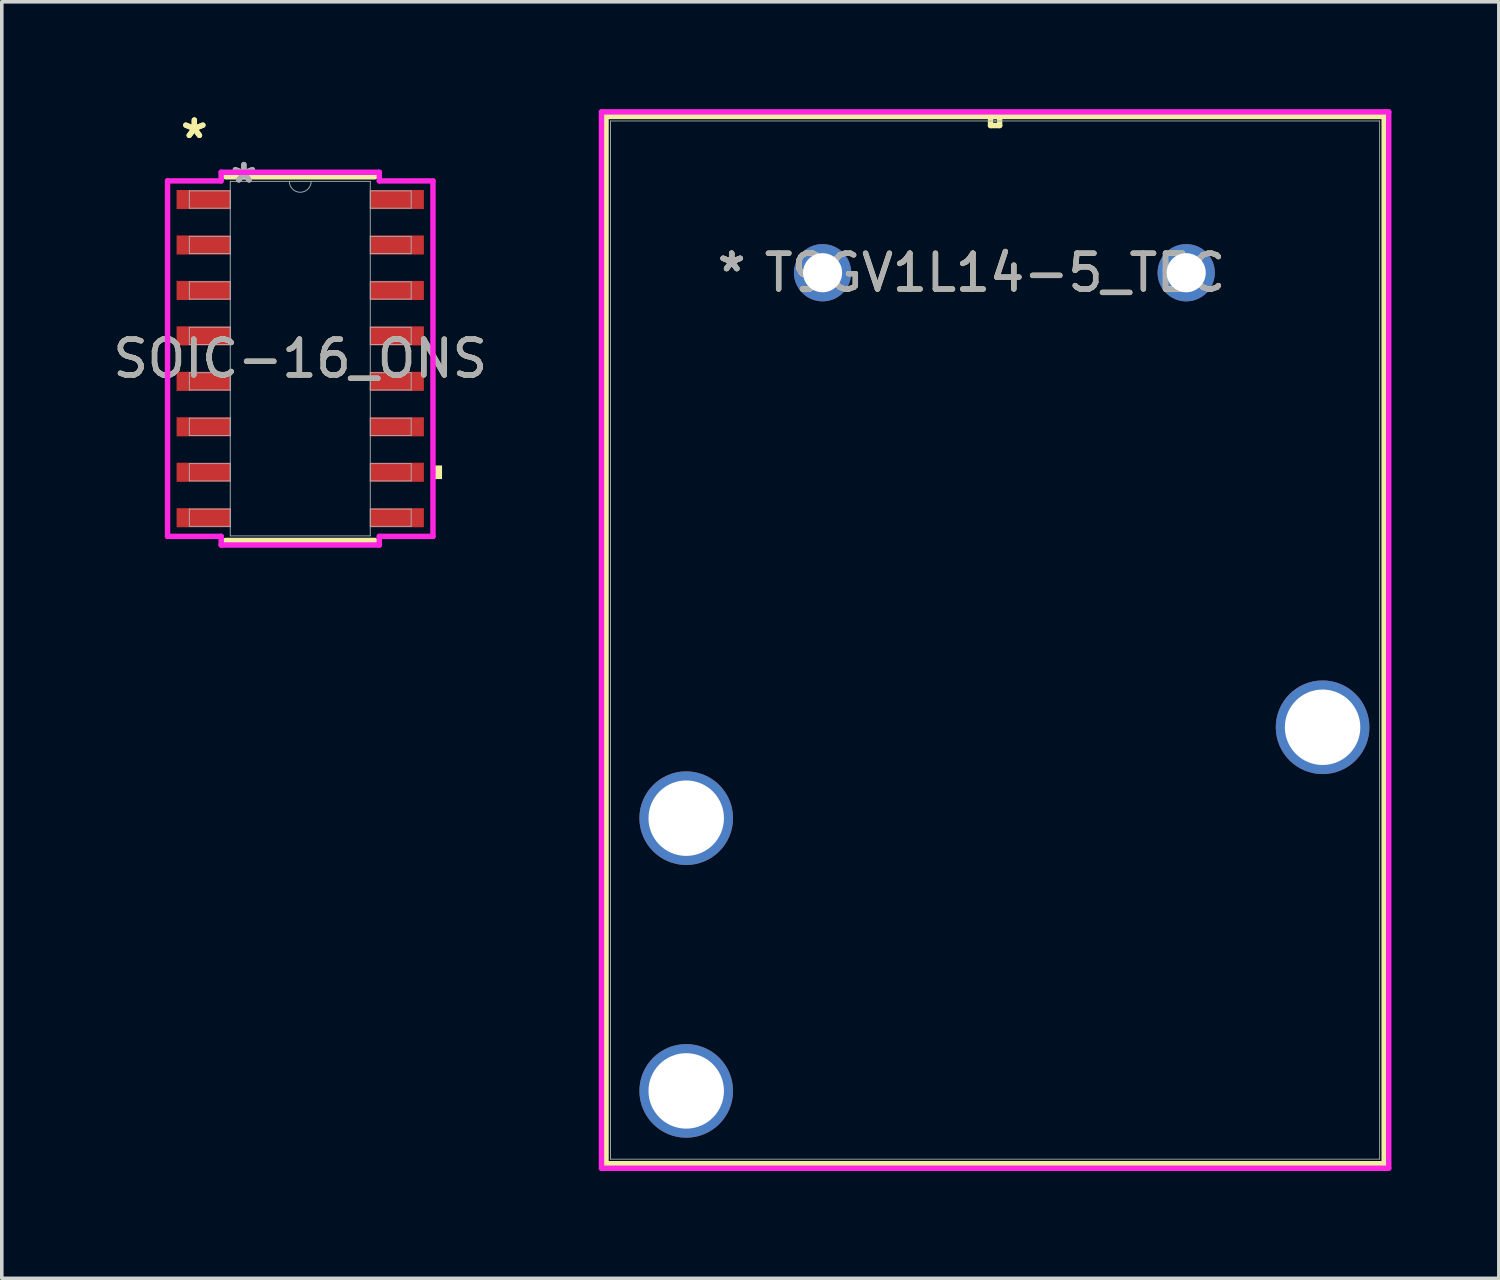
<source format=kicad_pcb>
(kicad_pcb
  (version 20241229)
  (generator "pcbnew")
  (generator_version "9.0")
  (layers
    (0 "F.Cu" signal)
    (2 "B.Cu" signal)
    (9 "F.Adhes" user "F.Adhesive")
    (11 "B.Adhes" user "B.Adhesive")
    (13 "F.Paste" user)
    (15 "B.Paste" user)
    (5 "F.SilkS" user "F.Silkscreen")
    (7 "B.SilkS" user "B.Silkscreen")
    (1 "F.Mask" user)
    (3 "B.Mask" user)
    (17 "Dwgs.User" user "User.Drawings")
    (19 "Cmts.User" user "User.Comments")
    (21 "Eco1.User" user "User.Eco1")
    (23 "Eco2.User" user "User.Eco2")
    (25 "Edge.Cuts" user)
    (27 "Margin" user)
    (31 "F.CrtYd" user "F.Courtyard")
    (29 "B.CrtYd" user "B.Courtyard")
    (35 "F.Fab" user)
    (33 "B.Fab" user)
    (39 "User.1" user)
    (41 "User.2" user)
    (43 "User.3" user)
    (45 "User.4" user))
  (footprint "T9GV1L14-5_TEC"
    (layer "F.Cu")
    (at 19.933 4.57)
    (property "Reference" "T9GV1L14-5_TEC" (at 4.82 0 0) (unlocked yes) (layer "F.SilkS") (effects (font (size 1 1) (thickness 0.15))))
    (attr through_hole)
    (fp_line (start -6.051 -4.367) (end -6.051 24.894) (stroke (width 0.152) (type solid)) (layer "F.SilkS"))
    (fp_line (start -6.051 24.894) (end 15.691 24.894) (stroke (width 0.152) (type solid)) (layer "F.SilkS"))
    (fp_line (start 4.693 -4.367) (end 4.693 -4.113) (stroke (width 0.152) (type solid)) (layer "F.SilkS"))
    (fp_line (start 4.693 -4.113) (end 4.947 -4.113) (stroke (width 0.152) (type solid)) (layer "F.SilkS"))
    (fp_line (start 4.947 -4.367) (end 4.693 -4.367) (stroke (width 0.152) (type solid)) (layer "F.SilkS"))
    (fp_line (start 4.947 -4.113) (end 4.947 -4.367) (stroke (width 0.152) (type solid)) (layer "F.SilkS"))
    (fp_line (start 15.691 -4.367) (end -6.051 -4.367) (stroke (width 0.152) (type solid)) (layer "F.SilkS"))
    (fp_line (start 15.691 24.894) (end 15.691 -4.367) (stroke (width 0.152) (type solid)) (layer "F.SilkS"))
    (fp_line (start -6.178 -4.494) (end -6.178 25.021) (stroke (width 0.152) (type solid)) (layer "F.CrtYd"))
    (fp_line (start -6.178 25.021) (end 15.818 25.021) (stroke (width 0.152) (type solid)) (layer "F.CrtYd"))
    (fp_line (start 15.818 -4.494) (end -6.178 -4.494) (stroke (width 0.152) (type solid)) (layer "F.CrtYd"))
    (fp_line (start 15.818 25.021) (end 15.818 -4.494) (stroke (width 0.152) (type solid)) (layer "F.CrtYd"))
    (fp_line (start -5.924 -4.24) (end -5.924 24.767) (stroke (width 0.025) (type solid)) (layer "F.Fab"))
    (fp_line (start -5.924 24.767) (end 15.564 24.767) (stroke (width 0.025) (type solid)) (layer "F.Fab"))
    (fp_line (start 4.82 -4.24) (end 4.82 -4.24) (stroke (width 0.025) (type solid)) (layer "F.Fab"))
    (fp_line (start 4.82 -4.24) (end 4.82 -4.24) (stroke (width 0.025) (type solid)) (layer "F.Fab"))
    (fp_line (start 4.82 -4.24) (end 4.82 -4.24) (stroke (width 0.025) (type solid)) (layer "F.Fab"))
    (fp_line (start 4.82 -4.24) (end 4.82 -4.24) (stroke (width 0.025) (type solid)) (layer "F.Fab"))
    (fp_line (start 15.564 -4.24) (end -5.924 -4.24) (stroke (width 0.025) (type solid)) (layer "F.Fab"))
    (fp_line (start 15.564 24.767) (end 15.564 -4.24) (stroke (width 0.025) (type solid)) (layer "F.Fab"))
    (fp_text user "*" (at -2.54 0 0) (layer "F.SilkS") (effects (font (size 1 1) (thickness 0.15))))
    (fp_text user "*" (at -2.54 0 0) (unlocked yes) (layer "F.SilkS") (effects (font (size 1 1) (thickness 0.15))))
    (fp_text user "${REFERENCE}" (at 4.82 0 0) (unlocked yes) (layer "F.Fab") (effects (font (size 1 1) (thickness 0.15))))
    (fp_text user "*" (at -2.54 0 0) (layer "F.Fab") (effects (font (size 1 1) (thickness 0.15))))
    (fp_text user "*" (at -2.54 0 0) (unlocked yes) (layer "F.Fab") (effects (font (size 1 1) (thickness 0.15))))
    (pad "1" thru_hole circle (at 0 0) (size 1.6 1.6) (drill 1.092) (layers "*.Cu" "*.Mask"))
    (pad "2" thru_hole circle (at 10.16 0) (size 1.6 1.6) (drill 1.092) (layers "*.Cu" "*.Mask"))
    (pad "3" thru_hole circle (at 13.97 12.7) (size 2.616 2.616) (drill 2.108) (layers "*.Cu" "*.Mask"))
    (pad "4" thru_hole circle (at -3.81 15.24) (size 2.616 2.616) (drill 2.108) (layers "*.Cu" "*.Mask"))
    (pad "5" thru_hole circle (at -3.81 22.86) (size 2.616 2.616) (drill 2.108) (layers "*.Cu" "*.Mask")))
  (footprint "SOIC-16_ONS"
    (layer "F.Cu")
    (at 5.339 6.97)
    (property "Reference" "SOIC-16_ONS" (at 0 0 0) (unlocked yes) (layer "F.SilkS") (effects (font (size 1 1) (thickness 0.15))))
    (attr smd)
    (fp_line (start -2.083 5.08) (end 2.083 5.08) (stroke (width 0.152) (type solid)) (layer "F.SilkS"))
    (fp_line (start 2.083 -5.08) (end -2.083 -5.08) (stroke (width 0.152) (type solid)) (layer "F.SilkS"))
    (fp_poly (pts (xy 3.962 2.985) (xy 3.962 3.365) (xy 3.708 3.365) (xy 3.708 2.985)) (stroke (width 0) (type solid)) (fill yes) (layer "F.SilkS"))
    (fp_line (start -3.708 -4.966) (end -2.21 -4.966) (stroke (width 0.152) (type solid)) (layer "F.CrtYd"))
    (fp_line (start -3.708 4.966) (end -3.708 -4.966) (stroke (width 0.152) (type solid)) (layer "F.CrtYd"))
    (fp_line (start -3.708 4.966) (end -2.21 4.966) (stroke (width 0.152) (type solid)) (layer "F.CrtYd"))
    (fp_line (start -2.21 -5.207) (end 2.21 -5.207) (stroke (width 0.152) (type solid)) (layer "F.CrtYd"))
    (fp_line (start -2.21 -4.966) (end -2.21 -5.207) (stroke (width 0.152) (type solid)) (layer "F.CrtYd"))
    (fp_line (start -2.21 5.207) (end -2.21 4.966) (stroke (width 0.152) (type solid)) (layer "F.CrtYd"))
    (fp_line (start 2.21 -5.207) (end 2.21 -4.966) (stroke (width 0.152) (type solid)) (layer "F.CrtYd"))
    (fp_line (start 2.21 4.966) (end 2.21 5.207) (stroke (width 0.152) (type solid)) (layer "F.CrtYd"))
    (fp_line (start 2.21 5.207) (end -2.21 5.207) (stroke (width 0.152) (type solid)) (layer "F.CrtYd"))
    (fp_line (start 3.708 -4.966) (end 2.21 -4.966) (stroke (width 0.152) (type solid)) (layer "F.CrtYd"))
    (fp_line (start 3.708 -4.966) (end 3.708 4.966) (stroke (width 0.152) (type solid)) (layer "F.CrtYd"))
    (fp_line (start 3.708 4.966) (end 2.21 4.966) (stroke (width 0.152) (type solid)) (layer "F.CrtYd"))
    (fp_line (start -3.099 -4.686) (end -3.099 -4.204) (stroke (width 0.025) (type solid)) (layer "F.Fab"))
    (fp_line (start -3.099 -4.204) (end -1.956 -4.204) (stroke (width 0.025) (type solid)) (layer "F.Fab"))
    (fp_line (start -3.099 -3.416) (end -3.099 -2.934) (stroke (width 0.025) (type solid)) (layer "F.Fab"))
    (fp_line (start -3.099 -2.934) (end -1.956 -2.934) (stroke (width 0.025) (type solid)) (layer "F.Fab"))
    (fp_line (start -3.099 -2.146) (end -3.099 -1.664) (stroke (width 0.025) (type solid)) (layer "F.Fab"))
    (fp_line (start -3.099 -1.664) (end -1.956 -1.664) (stroke (width 0.025) (type solid)) (layer "F.Fab"))
    (fp_line (start -3.099 -0.876) (end -3.099 -0.394) (stroke (width 0.025) (type solid)) (layer "F.Fab"))
    (fp_line (start -3.099 -0.394) (end -1.956 -0.394) (stroke (width 0.025) (type solid)) (layer "F.Fab"))
    (fp_line (start -3.099 0.394) (end -3.099 0.876) (stroke (width 0.025) (type solid)) (layer "F.Fab"))
    (fp_line (start -3.099 0.876) (end -1.956 0.876) (stroke (width 0.025) (type solid)) (layer "F.Fab"))
    (fp_line (start -3.099 1.664) (end -3.099 2.146) (stroke (width 0.025) (type solid)) (layer "F.Fab"))
    (fp_line (start -3.099 2.146) (end -1.956 2.146) (stroke (width 0.025) (type solid)) (layer "F.Fab"))
    (fp_line (start -3.099 2.934) (end -3.099 3.416) (stroke (width 0.025) (type solid)) (layer "F.Fab"))
    (fp_line (start -3.099 3.416) (end -1.956 3.416) (stroke (width 0.025) (type solid)) (layer "F.Fab"))
    (fp_line (start -3.099 4.204) (end -3.099 4.686) (stroke (width 0.025) (type solid)) (layer "F.Fab"))
    (fp_line (start -3.099 4.686) (end -1.956 4.686) (stroke (width 0.025) (type solid)) (layer "F.Fab"))
    (fp_line (start -1.956 -4.953) (end -1.956 4.953) (stroke (width 0.025) (type solid)) (layer "F.Fab"))
    (fp_line (start -1.956 -4.686) (end -3.099 -4.686) (stroke (width 0.025) (type solid)) (layer "F.Fab"))
    (fp_line (start -1.956 -4.204) (end -1.956 -4.686) (stroke (width 0.025) (type solid)) (layer "F.Fab"))
    (fp_line (start -1.956 -3.416) (end -3.099 -3.416) (stroke (width 0.025) (type solid)) (layer "F.Fab"))
    (fp_line (start -1.956 -2.934) (end -1.956 -3.416) (stroke (width 0.025) (type solid)) (layer "F.Fab"))
    (fp_line (start -1.956 -2.146) (end -3.099 -2.146) (stroke (width 0.025) (type solid)) (layer "F.Fab"))
    (fp_line (start -1.956 -1.664) (end -1.956 -2.146) (stroke (width 0.025) (type solid)) (layer "F.Fab"))
    (fp_line (start -1.956 -0.876) (end -3.099 -0.876) (stroke (width 0.025) (type solid)) (layer "F.Fab"))
    (fp_line (start -1.956 -0.394) (end -1.956 -0.876) (stroke (width 0.025) (type solid)) (layer "F.Fab"))
    (fp_line (start -1.956 0.394) (end -3.099 0.394) (stroke (width 0.025) (type solid)) (layer "F.Fab"))
    (fp_line (start -1.956 0.876) (end -1.956 0.394) (stroke (width 0.025) (type solid)) (layer "F.Fab"))
    (fp_line (start -1.956 1.664) (end -3.099 1.664) (stroke (width 0.025) (type solid)) (layer "F.Fab"))
    (fp_line (start -1.956 2.146) (end -1.956 1.664) (stroke (width 0.025) (type solid)) (layer "F.Fab"))
    (fp_line (start -1.956 2.934) (end -3.099 2.934) (stroke (width 0.025) (type solid)) (layer "F.Fab"))
    (fp_line (start -1.956 3.416) (end -1.956 2.934) (stroke (width 0.025) (type solid)) (layer "F.Fab"))
    (fp_line (start -1.956 4.204) (end -3.099 4.204) (stroke (width 0.025) (type solid)) (layer "F.Fab"))
    (fp_line (start -1.956 4.686) (end -1.956 4.204) (stroke (width 0.025) (type solid)) (layer "F.Fab"))
    (fp_line (start -1.956 4.953) (end 1.956 4.953) (stroke (width 0.025) (type solid)) (layer "F.Fab"))
    (fp_line (start 1.956 -4.953) (end -1.956 -4.953) (stroke (width 0.025) (type solid)) (layer "F.Fab"))
    (fp_line (start 1.956 -4.686) (end 1.956 -4.204) (stroke (width 0.025) (type solid)) (layer "F.Fab"))
    (fp_line (start 1.956 -4.204) (end 3.099 -4.204) (stroke (width 0.025) (type solid)) (layer "F.Fab"))
    (fp_line (start 1.956 -3.416) (end 1.956 -2.934) (stroke (width 0.025) (type solid)) (layer "F.Fab"))
    (fp_line (start 1.956 -2.934) (end 3.099 -2.934) (stroke (width 0.025) (type solid)) (layer "F.Fab"))
    (fp_line (start 1.956 -2.146) (end 1.956 -1.664) (stroke (width 0.025) (type solid)) (layer "F.Fab"))
    (fp_line (start 1.956 -1.664) (end 3.099 -1.664) (stroke (width 0.025) (type solid)) (layer "F.Fab"))
    (fp_line (start 1.956 -0.876) (end 1.956 -0.394) (stroke (width 0.025) (type solid)) (layer "F.Fab"))
    (fp_line (start 1.956 -0.394) (end 3.099 -0.394) (stroke (width 0.025) (type solid)) (layer "F.Fab"))
    (fp_line (start 1.956 0.394) (end 1.956 0.876) (stroke (width 0.025) (type solid)) (layer "F.Fab"))
    (fp_line (start 1.956 0.876) (end 3.099 0.876) (stroke (width 0.025) (type solid)) (layer "F.Fab"))
    (fp_line (start 1.956 1.664) (end 1.956 2.146) (stroke (width 0.025) (type solid)) (layer "F.Fab"))
    (fp_line (start 1.956 2.146) (end 3.099 2.146) (stroke (width 0.025) (type solid)) (layer "F.Fab"))
    (fp_line (start 1.956 2.934) (end 1.956 3.416) (stroke (width 0.025) (type solid)) (layer "F.Fab"))
    (fp_line (start 1.956 3.416) (end 3.099 3.416) (stroke (width 0.025) (type solid)) (layer "F.Fab"))
    (fp_line (start 1.956 4.204) (end 1.956 4.686) (stroke (width 0.025) (type solid)) (layer "F.Fab"))
    (fp_line (start 1.956 4.686) (end 3.099 4.686) (stroke (width 0.025) (type solid)) (layer "F.Fab"))
    (fp_line (start 1.956 4.953) (end 1.956 -4.953) (stroke (width 0.025) (type solid)) (layer "F.Fab"))
    (fp_line (start 3.099 -4.686) (end 1.956 -4.686) (stroke (width 0.025) (type solid)) (layer "F.Fab"))
    (fp_line (start 3.099 -4.204) (end 3.099 -4.686) (stroke (width 0.025) (type solid)) (layer "F.Fab"))
    (fp_line (start 3.099 -3.416) (end 1.956 -3.416) (stroke (width 0.025) (type solid)) (layer "F.Fab"))
    (fp_line (start 3.099 -2.934) (end 3.099 -3.416) (stroke (width 0.025) (type solid)) (layer "F.Fab"))
    (fp_line (start 3.099 -2.146) (end 1.956 -2.146) (stroke (width 0.025) (type solid)) (layer "F.Fab"))
    (fp_line (start 3.099 -1.664) (end 3.099 -2.146) (stroke (width 0.025) (type solid)) (layer "F.Fab"))
    (fp_line (start 3.099 -0.876) (end 1.956 -0.876) (stroke (width 0.025) (type solid)) (layer "F.Fab"))
    (fp_line (start 3.099 -0.394) (end 3.099 -0.876) (stroke (width 0.025) (type solid)) (layer "F.Fab"))
    (fp_line (start 3.099 0.394) (end 1.956 0.394) (stroke (width 0.025) (type solid)) (layer "F.Fab"))
    (fp_line (start 3.099 0.876) (end 3.099 0.394) (stroke (width 0.025) (type solid)) (layer "F.Fab"))
    (fp_line (start 3.099 1.664) (end 1.956 1.664) (stroke (width 0.025) (type solid)) (layer "F.Fab"))
    (fp_line (start 3.099 2.146) (end 3.099 1.664) (stroke (width 0.025) (type solid)) (layer "F.Fab"))
    (fp_line (start 3.099 2.934) (end 1.956 2.934) (stroke (width 0.025) (type solid)) (layer "F.Fab"))
    (fp_line (start 3.099 3.416) (end 3.099 2.934) (stroke (width 0.025) (type solid)) (layer "F.Fab"))
    (fp_line (start 3.099 4.204) (end 1.956 4.204) (stroke (width 0.025) (type solid)) (layer "F.Fab"))
    (fp_line (start 3.099 4.686) (end 3.099 4.204) (stroke (width 0.025) (type solid)) (layer "F.Fab"))
    (fp_arc (start 0.3048 -4.953) (mid 0 -4.6482) (end -0.3048 -4.953) (stroke (width 0.0254) (type solid)) (layer "F.Fab"))
    (fp_text user "*" (at -2.959 -6.121 0) (layer "F.SilkS") (effects (font (size 1 1) (thickness 0.15))))
    (fp_text user "*" (at -2.959 -6.121 0) (unlocked yes) (layer "F.SilkS") (effects (font (size 1 1) (thickness 0.15))))
    (fp_text user "${REFERENCE}" (at 0 0 0) (unlocked yes) (layer "F.Fab") (effects (font (size 1 1) (thickness 0.15))))
    (fp_text user "*" (at -1.575 -4.877 0) (layer "F.Fab") (effects (font (size 1 1) (thickness 0.15))))
    (fp_text user "*" (at -1.575 -4.877 0) (unlocked yes) (layer "F.Fab") (effects (font (size 1 1) (thickness 0.15))))
    (pad "1" smd rect (at -2.705 -4.445) (size 1.499 0.533) (layers "F.Cu" "F.Mask" "F.Paste"))
    (pad "2" smd rect (at -2.705 -3.175) (size 1.499 0.533) (layers "F.Cu" "F.Mask" "F.Paste"))
    (pad "3" smd rect (at -2.705 -1.905) (size 1.499 0.533) (layers "F.Cu" "F.Mask" "F.Paste"))
    (pad "4" smd rect (at -2.705 -0.635) (size 1.499 0.533) (layers "F.Cu" "F.Mask" "F.Paste"))
    (pad "5" smd rect (at -2.705 0.635) (size 1.499 0.533) (layers "F.Cu" "F.Mask" "F.Paste"))
    (pad "6" smd rect (at -2.705 1.905) (size 1.499 0.533) (layers "F.Cu" "F.Mask" "F.Paste"))
    (pad "7" smd rect (at -2.705 3.175) (size 1.499 0.533) (layers "F.Cu" "F.Mask" "F.Paste"))
    (pad "8" smd rect (at -2.705 4.445) (size 1.499 0.533) (layers "F.Cu" "F.Mask" "F.Paste"))
    (pad "9" smd rect (at 2.705 4.445) (size 1.499 0.533) (layers "F.Cu" "F.Mask" "F.Paste"))
    (pad "10" smd rect (at 2.705 3.175) (size 1.499 0.533) (layers "F.Cu" "F.Mask" "F.Paste"))
    (pad "11" smd rect (at 2.705 1.905) (size 1.499 0.533) (layers "F.Cu" "F.Mask" "F.Paste"))
    (pad "12" smd rect (at 2.705 0.635) (size 1.499 0.533) (layers "F.Cu" "F.Mask" "F.Paste"))
    (pad "13" smd rect (at 2.705 -0.635) (size 1.499 0.533) (layers "F.Cu" "F.Mask" "F.Paste"))
    (pad "14" smd rect (at 2.705 -1.905) (size 1.499 0.533) (layers "F.Cu" "F.Mask" "F.Paste"))
    (pad "15" smd rect (at 2.705 -3.175) (size 1.499 0.533) (layers "F.Cu" "F.Mask" "F.Paste"))
    (pad "16" smd rect (at 2.705 -4.445) (size 1.499 0.533) (layers "F.Cu" "F.Mask" "F.Paste")))
  (gr_rect
    (start -3 -3)
    (end 38.827 32.667)
    (stroke (width 0.1) (type default))
    (fill no)
    (layer "Edge.Cuts")))
</source>
